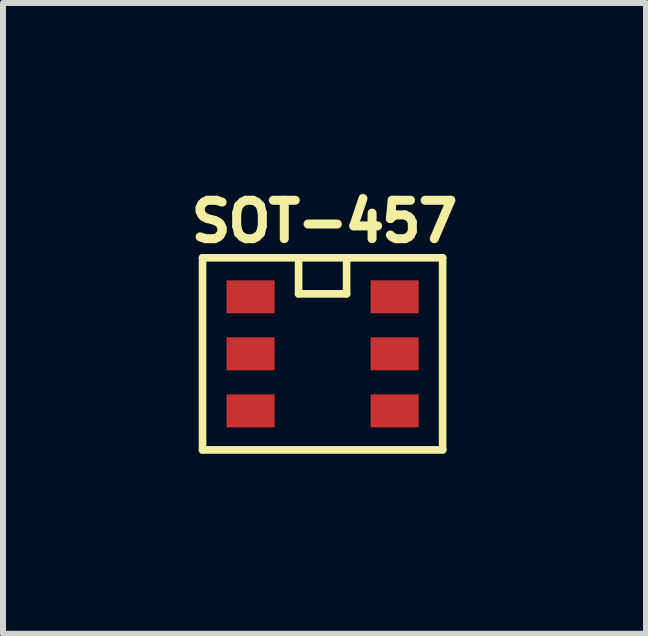
<source format=kicad_pcb>
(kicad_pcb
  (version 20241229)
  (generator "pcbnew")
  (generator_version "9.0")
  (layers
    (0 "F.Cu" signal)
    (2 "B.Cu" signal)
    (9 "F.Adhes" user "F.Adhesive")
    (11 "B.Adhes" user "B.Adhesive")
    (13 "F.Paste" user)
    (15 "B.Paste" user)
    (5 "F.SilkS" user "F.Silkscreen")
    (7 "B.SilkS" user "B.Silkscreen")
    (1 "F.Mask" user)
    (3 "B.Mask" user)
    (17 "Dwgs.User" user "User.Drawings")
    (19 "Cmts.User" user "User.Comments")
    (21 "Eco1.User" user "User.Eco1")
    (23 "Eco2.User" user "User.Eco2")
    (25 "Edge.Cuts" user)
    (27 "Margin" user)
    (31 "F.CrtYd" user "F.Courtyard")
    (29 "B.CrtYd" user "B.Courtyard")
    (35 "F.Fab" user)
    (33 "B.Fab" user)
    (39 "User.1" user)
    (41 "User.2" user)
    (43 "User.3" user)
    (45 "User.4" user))
  (footprint "SOT-457"
    (layer "F.Cu")
    (at 2.324 2.845)
    (property "Reference" "SOT-457" (at 0.032 -2.207 0) (layer "F.SilkS") (effects (font (size 0.64 0.64) (thickness 0.15))))
    (attr through_hole)
    (fp_line (start -2 -1.6) (end -0.4 -1.6) (stroke (width 0.127) (type solid)) (layer "F.SilkS"))
    (fp_line (start -2 1.6) (end -2 -1.6) (stroke (width 0.127) (type solid)) (layer "F.SilkS"))
    (fp_line (start -0.4 -1.6) (end -0.4 -1) (stroke (width 0.127) (type solid)) (layer "F.SilkS"))
    (fp_line (start -0.4 -1.6) (end 0.4 -1.6) (stroke (width 0.127) (type solid)) (layer "F.SilkS"))
    (fp_line (start -0.4 -1) (end 0.4 -1) (stroke (width 0.127) (type solid)) (layer "F.SilkS"))
    (fp_line (start 0.4 -1.6) (end 2 -1.6) (stroke (width 0.127) (type solid)) (layer "F.SilkS"))
    (fp_line (start 0.4 -1) (end 0.4 -1.6) (stroke (width 0.127) (type solid)) (layer "F.SilkS"))
    (fp_line (start 2 -1.6) (end 2 1.6) (stroke (width 0.127) (type solid)) (layer "F.SilkS"))
    (fp_line (start 2 1.6) (end -2 1.6) (stroke (width 0.127) (type solid)) (layer "F.SilkS"))
    (pad "1" smd rect (at -1.2 -0.95 90) (size 0.55 0.8) (layers "F.Cu" "F.Mask" "F.Paste"))
    (pad "2" smd rect (at -1.2 0 90) (size 0.55 0.8) (layers "F.Cu" "F.Mask" "F.Paste"))
    (pad "3" smd rect (at -1.2 0.95 90) (size 0.55 0.8) (layers "F.Cu" "F.Mask" "F.Paste"))
    (pad "4" smd rect (at 1.2 0.95 90) (size 0.55 0.8) (layers "F.Cu" "F.Mask" "F.Paste"))
    (pad "5" smd rect (at 1.2 0 90) (size 0.55 0.8) (layers "F.Cu" "F.Mask" "F.Paste"))
    (pad "6" smd rect (at 1.2 -0.95 90) (size 0.55 0.8) (layers "F.Cu" "F.Mask" "F.Paste")))
  (gr_rect
    (start -3 -3)
    (end 7.712 7.508)
    (stroke (width 0.1) (type default))
    (fill no)
    (layer "Edge.Cuts")))
</source>
